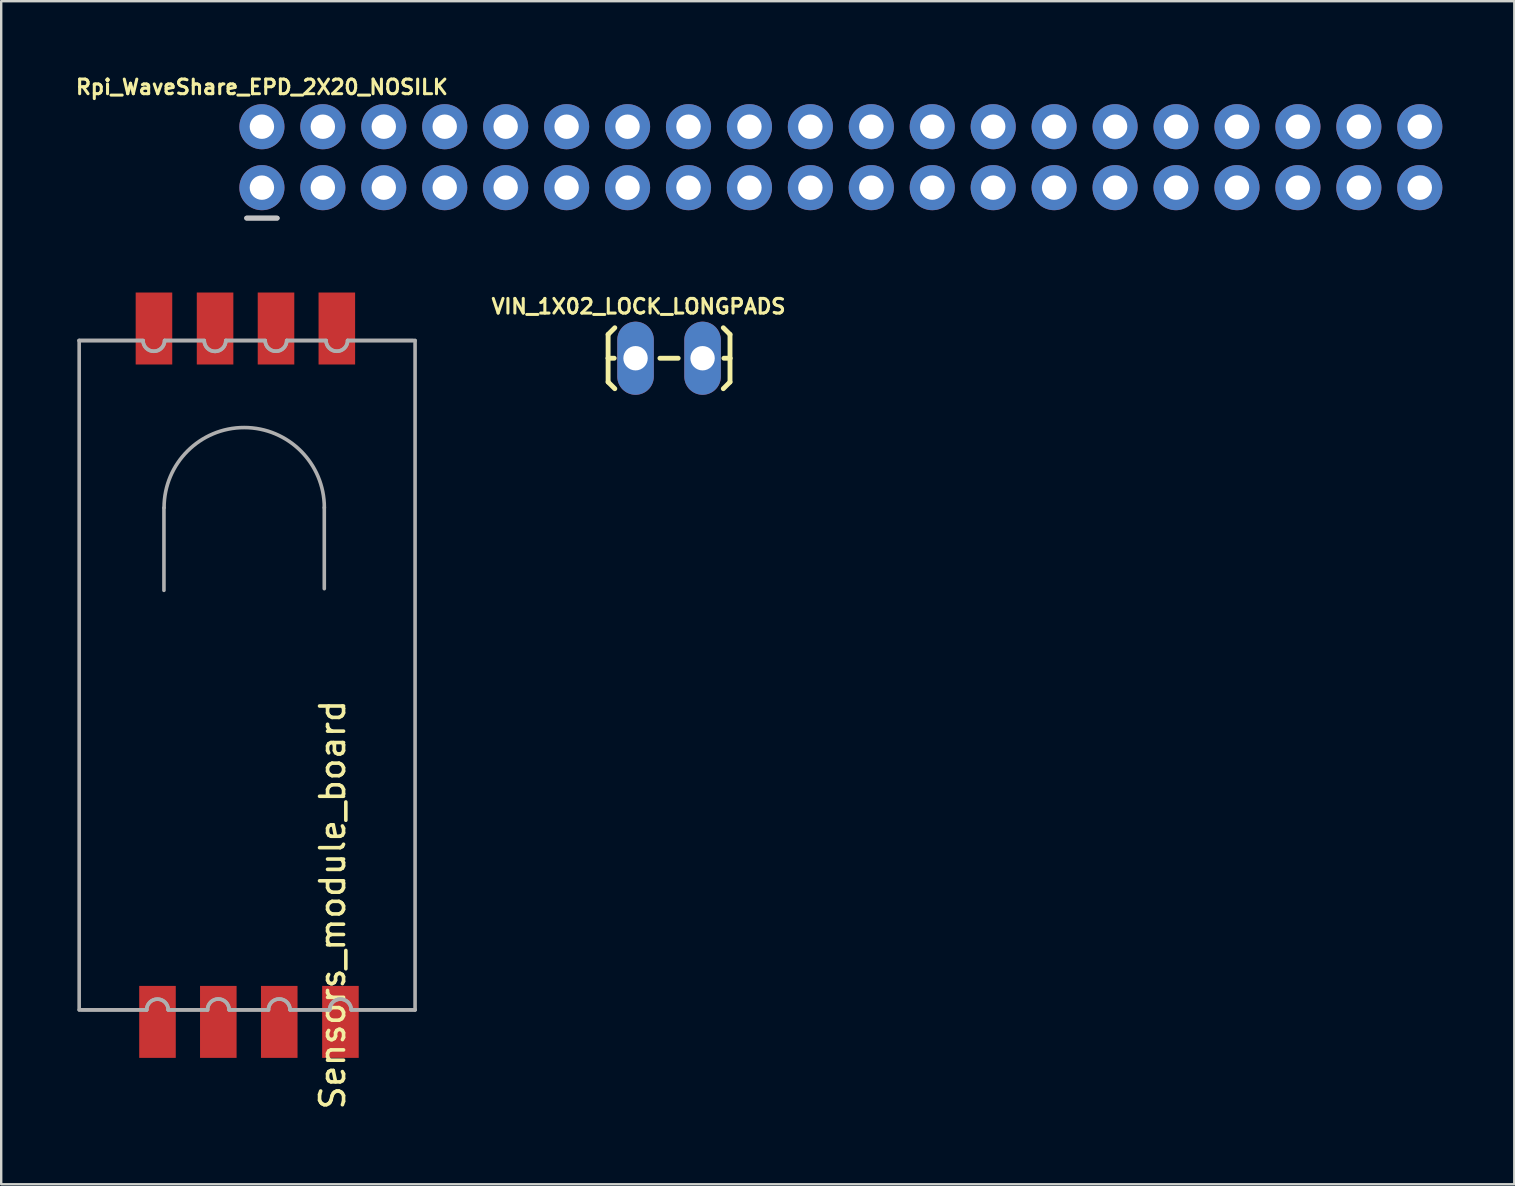
<source format=kicad_pcb>
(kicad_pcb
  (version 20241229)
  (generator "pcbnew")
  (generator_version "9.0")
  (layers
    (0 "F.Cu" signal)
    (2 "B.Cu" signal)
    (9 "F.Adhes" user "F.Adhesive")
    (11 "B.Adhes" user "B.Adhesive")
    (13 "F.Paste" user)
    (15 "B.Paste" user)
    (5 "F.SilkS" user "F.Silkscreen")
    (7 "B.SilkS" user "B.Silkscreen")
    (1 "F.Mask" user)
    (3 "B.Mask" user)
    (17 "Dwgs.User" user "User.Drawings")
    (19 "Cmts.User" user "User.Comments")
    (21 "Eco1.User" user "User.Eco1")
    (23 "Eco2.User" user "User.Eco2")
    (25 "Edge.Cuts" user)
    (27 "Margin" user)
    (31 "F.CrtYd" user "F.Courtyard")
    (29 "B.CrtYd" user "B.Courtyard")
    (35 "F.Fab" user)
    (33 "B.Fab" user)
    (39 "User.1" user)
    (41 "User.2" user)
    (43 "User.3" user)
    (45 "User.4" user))
  (footprint "Sensors_module_board"
    (layer "F.Cu")
    (at 0.25 23.142)
    (property "Reference" "Sensors_module_board" (at 10.564 11.519 90) (layer "F.SilkS") (effects (font (size 1 1) (thickness 0.15))))
    (attr through_hole)
    (fp_line (start 0 -12) (end 0 15.9) (stroke (width 0.15) (type solid)) (layer "F.Fab"))
    (fp_line (start 0 -12) (end 2.659 -12) (stroke (width 0.15) (type solid)) (layer "F.Fab"))
    (fp_line (start 0 -12) (end 2.659 -12) (stroke (width 0.15) (type solid)) (layer "F.Fab"))
    (fp_line (start 2.812 15.899) (end 0.003 15.899) (stroke (width 0.15) (type solid)) (layer "F.Fab"))
    (fp_line (start 2.812 15.899) (end 0.09 15.899) (stroke (width 0.15) (type solid)) (layer "F.Fab"))
    (fp_line (start 3.533 -5.022) (end 3.533 -1.587) (stroke (width 0.15) (type solid)) (layer "F.Fab"))
    (fp_line (start 3.564 -12) (end 5.21 -12) (stroke (width 0.15) (type solid)) (layer "F.Fab"))
    (fp_line (start 3.564 -12) (end 5.21 -12) (stroke (width 0.15) (type solid)) (layer "F.Fab"))
    (fp_line (start 5.349 15.899) (end 3.711 15.899) (stroke (width 0.15) (type solid)) (layer "F.Fab"))
    (fp_line (start 5.349 15.899) (end 3.711 15.899) (stroke (width 0.15) (type solid)) (layer "F.Fab"))
    (fp_line (start 6.114 -12) (end 7.75 -12) (stroke (width 0.15) (type solid)) (layer "F.Fab"))
    (fp_line (start 6.114 -12) (end 7.75 -12) (stroke (width 0.15) (type solid)) (layer "F.Fab"))
    (fp_line (start 7.887 15.899) (end 6.251 15.899) (stroke (width 0.15) (type solid)) (layer "F.Fab"))
    (fp_line (start 7.887 15.899) (end 6.251 15.899) (stroke (width 0.15) (type solid)) (layer "F.Fab"))
    (fp_line (start 8.651 -12) (end 10.29 -12) (stroke (width 0.15) (type solid)) (layer "F.Fab"))
    (fp_line (start 8.651 -12) (end 10.29 -12) (stroke (width 0.15) (type solid)) (layer "F.Fab"))
    (fp_line (start 10.216 -5.037) (end 10.216 -1.656) (stroke (width 0.15) (type solid)) (layer "F.Fab"))
    (fp_line (start 10.437 15.899) (end 8.791 15.899) (stroke (width 0.15) (type solid)) (layer "F.Fab"))
    (fp_line (start 10.437 15.899) (end 8.791 15.899) (stroke (width 0.15) (type solid)) (layer "F.Fab"))
    (fp_line (start 11.189 -12) (end 13.91 -12) (stroke (width 0.15) (type solid)) (layer "F.Fab"))
    (fp_line (start 11.189 -12) (end 13.998 -12) (stroke (width 0.15) (type solid)) (layer "F.Fab"))
    (fp_line (start 14 -12) (end 14 15.9) (stroke (width 0.15) (type solid)) (layer "F.Fab"))
    (fp_line (start 14 15.899) (end 11.341 15.899) (stroke (width 0.15) (type solid)) (layer "F.Fab"))
    (fp_line (start 14 15.899) (end 11.341 15.899) (stroke (width 0.15) (type solid)) (layer "F.Fab"))
    (fp_arc (start 2.81136 15.8989) (mid 3.257826 15.448914) (end 3.711304 15.891832) (stroke (width 0.15) (type solid)) (layer "F.Fab"))
    (fp_arc (start 2.81136 15.8989) (mid 3.257826 15.448914) (end 3.711304 15.891832) (stroke (width 0.15) (type solid)) (layer "F.Fab"))
    (fp_arc (start 3.53822 -5.03174) (mid 6.87832 -8.37184) (end 10.21842 -5.03174) (stroke (width 0.15) (type solid)) (layer "F.Fab"))
    (fp_arc (start 3.5615 -11.99896) (mid 3.115034 -11.548974) (end 2.661556 -11.991892) (stroke (width 0.15) (type solid)) (layer "F.Fab"))
    (fp_arc (start 3.5615 -11.99896) (mid 3.115034 -11.548974) (end 2.661556 -11.991892) (stroke (width 0.15) (type solid)) (layer "F.Fab"))
    (fp_arc (start 5.34924 15.8989) (mid 5.795706 15.448914) (end 6.249184 15.891832) (stroke (width 0.15) (type solid)) (layer "F.Fab"))
    (fp_arc (start 5.34924 15.8989) (mid 5.795706 15.448914) (end 6.249184 15.891832) (stroke (width 0.15) (type solid)) (layer "F.Fab"))
    (fp_arc (start 6.11166 -12) (mid 5.665194 -11.550014) (end 5.211716 -11.992932) (stroke (width 0.15) (type solid)) (layer "F.Fab"))
    (fp_arc (start 6.11166 -12) (mid 5.665194 -11.550014) (end 5.211716 -11.992932) (stroke (width 0.15) (type solid)) (layer "F.Fab"))
    (fp_arc (start 7.88882 15.8989) (mid 8.335286 15.448914) (end 8.788764 15.891832) (stroke (width 0.15) (type solid)) (layer "F.Fab"))
    (fp_arc (start 7.88882 15.8989) (mid 8.335286 15.448914) (end 8.788764 15.891832) (stroke (width 0.15) (type solid)) (layer "F.Fab"))
    (fp_arc (start 8.65124 -12) (mid 8.204774 -11.550014) (end 7.751296 -11.992932) (stroke (width 0.15) (type solid)) (layer "F.Fab"))
    (fp_arc (start 8.65124 -12) (mid 8.204774 -11.550014) (end 7.751296 -11.992932) (stroke (width 0.15) (type solid)) (layer "F.Fab"))
    (fp_arc (start 10.43898 15.89786) (mid 10.885446 15.447874) (end 11.338924 15.890792) (stroke (width 0.15) (type solid)) (layer "F.Fab"))
    (fp_arc (start 10.43898 15.89786) (mid 10.885446 15.447874) (end 11.338924 15.890792) (stroke (width 0.15) (type solid)) (layer "F.Fab"))
    (fp_arc (start 11.18912 -12) (mid 10.742654 -11.550014) (end 10.289176 -11.992932) (stroke (width 0.15) (type solid)) (layer "F.Fab"))
    (fp_arc (start 11.18912 -12) (mid 10.742654 -11.550014) (end 10.289176 -11.992932) (stroke (width 0.15) (type solid)) (layer "F.Fab"))
    (pad "GND" connect rect (at 3.117 -12.5) (size 1.524 3) (layers "F.Cu" "F.Mask"))
    (pad "GND" connect rect (at 5.664 -12.5) (size 1.524 3) (layers "F.Cu" "F.Mask"))
    (pad "GND" connect rect (at 5.799 16.4) (size 1.524 3) (layers "F.Cu" "F.Mask"))
    (pad "GND" connect rect (at 8.204 -12.5) (size 1.524 3) (layers "F.Cu" "F.Mask"))
    (pad "GND" connect rect (at 10.739 -12.5) (size 1.524 3) (layers "F.Cu" "F.Mask"))
    (pad "SCL" connect rect (at 8.339 16.4) (size 1.524 3) (layers "F.Cu" "F.Mask"))
    (pad "SDA" connect rect (at 10.889 16.4) (size 1.524 3) (layers "F.Cu" "F.Mask"))
    (pad "VCC" connect rect (at 3.264 16.4) (size 1.524 3) (layers "F.Cu" "F.Mask")))
  (footprint "VIN_1X02_LOCK_LONGPADS"
    (layer "F.Cu")
    (at 23.566 11.881)
    (property "Reference" "VIN_1X02_LOCK_LONGPADS" (at 0 -2.159 0) (layer "F.SilkS") (effects (font (size 0.61 0.61) (thickness 0.127))))
    (attr exclude_from_pos_files exclude_from_bom)
    (fp_line (start -1.27 -0.991) (end -0.991 -1.27) (stroke (width 0.203) (type solid)) (layer "F.SilkS"))
    (fp_line (start -1.27 0) (end -1.27 -0.991) (stroke (width 0.203) (type solid)) (layer "F.SilkS"))
    (fp_line (start -1.27 0) (end -1.27 0.991) (stroke (width 0.203) (type solid)) (layer "F.SilkS"))
    (fp_line (start -1.27 0) (end -1.016 0) (stroke (width 0.203) (type solid)) (layer "F.SilkS"))
    (fp_line (start -1.27 0.991) (end -0.991 1.27) (stroke (width 0.203) (type solid)) (layer "F.SilkS"))
    (fp_line (start 1.651 0) (end 0.889 0) (stroke (width 0.203) (type solid)) (layer "F.SilkS"))
    (fp_line (start 3.81 -0.991) (end 3.531 -1.27) (stroke (width 0.203) (type solid)) (layer "F.SilkS"))
    (fp_line (start 3.81 0) (end 3.556 0) (stroke (width 0.203) (type solid)) (layer "F.SilkS"))
    (fp_line (start 3.81 0) (end 3.81 -0.991) (stroke (width 0.203) (type solid)) (layer "F.SilkS"))
    (fp_line (start 3.81 0) (end 3.81 0.991) (stroke (width 0.203) (type solid)) (layer "F.SilkS"))
    (fp_line (start 3.81 0.991) (end 3.531 1.27) (stroke (width 0.203) (type solid)) (layer "F.SilkS"))
    (pad "1" thru_hole oval (at -0.127 0 180) (size 1.524 3.048) (drill 1.016) (layers "*.Cu" "*.Mask"))
    (pad "2" thru_hole oval (at 2.667 0 180) (size 1.524 3.048) (drill 1.016) (layers "*.Cu" "*.Mask")))
  (footprint "Rpi_WaveShare_EPD_2X20_NOSILK"
    (layer "F.Cu")
    (at 7.866 4.771)
    (property "Reference" "Rpi_WaveShare_EPD_2X20_NOSILK" (at 0 -4.191 0) (layer "F.SilkS") (effects (font (size 0.61 0.61) (thickness 0.127))))
    (attr exclude_from_pos_files exclude_from_bom)
    (fp_line (start -0.635 1.27) (end 0.635 1.27) (stroke (width 0.203) (type solid)) (layer "Dwgs.User"))
    (fp_line (start 0.635 1.27) (end -0.635 1.27) (stroke (width 0.203) (type solid)) (layer "Dwgs.User"))
    (pad "2" thru_hole circle (at 2.54 0) (size 1.88 1.88) (drill 1.016) (layers "*.Cu" "*.Mask"))
    (pad "3" thru_hole circle (at 5.08 0) (size 1.88 1.88) (drill 1.016) (layers "*.Cu" "*.Mask"))
    (pad "4" thru_hole circle (at 7.62 0) (size 1.88 1.88) (drill 1.016) (layers "*.Cu" "*.Mask"))
    (pad "5" thru_hole circle (at 10.16 0) (size 1.88 1.88) (drill 1.016) (layers "*.Cu" "*.Mask"))
    (pad "7" thru_hole circle (at 15.24 0) (size 1.88 1.88) (drill 1.016) (layers "*.Cu" "*.Mask"))
    (pad "8" thru_hole circle (at 17.78 0) (size 1.88 1.88) (drill 1.016) (layers "*.Cu" "*.Mask"))
    (pad "9" thru_hole circle (at 20.32 0) (size 1.88 1.88) (drill 1.016) (layers "*.Cu" "*.Mask"))
    (pad "11" thru_hole circle (at 25.4 0) (size 1.88 1.88) (drill 1.016) (layers "*.Cu" "*.Mask"))
    (pad "13" thru_hole circle (at 30.48 0) (size 1.88 1.88) (drill 1.016) (layers "*.Cu" "*.Mask"))
    (pad "14" thru_hole circle (at 33.02 0) (size 1.88 1.88) (drill 1.016) (layers "*.Cu" "*.Mask"))
    (pad "15" thru_hole circle (at 35.56 0) (size 1.88 1.88) (drill 1.016) (layers "*.Cu" "*.Mask"))
    (pad "16" thru_hole circle (at 38.1 0) (size 1.88 1.88) (drill 1.016) (layers "*.Cu" "*.Mask"))
    (pad "17" thru_hole circle (at 40.64 0) (size 1.88 1.88) (drill 1.016) (layers "*.Cu" "*.Mask"))
    (pad "18" thru_hole circle (at 43.18 0) (size 1.88 1.88) (drill 1.016) (layers "*.Cu" "*.Mask"))
    (pad "19" thru_hole circle (at 45.72 0) (size 1.88 1.88) (drill 1.016) (layers "*.Cu" "*.Mask"))
    (pad "21" thru_hole circle (at 0 -2.54) (size 1.88 1.88) (drill 1.016) (layers "*.Cu" "*.Mask"))
    (pad "22" thru_hole circle (at 2.54 -2.54) (size 1.88 1.88) (drill 1.016) (layers "*.Cu" "*.Mask"))
    (pad "23" thru_hole circle (at 5.08 -2.54) (size 1.88 1.88) (drill 1.016) (layers "*.Cu" "*.Mask"))
    (pad "24" thru_hole circle (at 7.62 -2.54) (size 1.88 1.88) (drill 1.016) (layers "*.Cu" "*.Mask"))
    (pad "25" thru_hole circle (at 10.16 -2.54) (size 1.88 1.88) (drill 1.016) (layers "*.Cu" "*.Mask"))
    (pad "26" thru_hole circle (at 12.7 -2.54) (size 1.88 1.88) (drill 1.016) (layers "*.Cu" "*.Mask"))
    (pad "27" thru_hole circle (at 15.24 -2.54) (size 1.88 1.88) (drill 1.016) (layers "*.Cu" "*.Mask"))
    (pad "28" thru_hole circle (at 17.78 -2.54) (size 1.88 1.88) (drill 1.016) (layers "*.Cu" "*.Mask"))
    (pad "30" thru_hole circle (at 22.86 -2.54) (size 1.88 1.88) (drill 1.016) (layers "*.Cu" "*.Mask"))
    (pad "33" thru_hole circle (at 30.48 -2.54) (size 1.88 1.88) (drill 1.016) (layers "*.Cu" "*.Mask"))
    (pad "34" thru_hole circle (at 33.02 -2.54) (size 1.88 1.88) (drill 1.016) (layers "*.Cu" "*.Mask"))
    (pad "35" thru_hole circle (at 35.56 -2.54) (size 1.88 1.88) (drill 1.016) (layers "*.Cu" "*.Mask"))
    (pad "36" thru_hole circle (at 38.1 -2.54) (size 1.88 1.88) (drill 1.016) (layers "*.Cu" "*.Mask"))
    (pad "37" thru_hole circle (at 40.64 -2.54) (size 1.88 1.88) (drill 1.016) (layers "*.Cu" "*.Mask"))
    (pad "38" thru_hole circle (at 43.18 -2.54) (size 1.88 1.88) (drill 1.016) (layers "*.Cu" "*.Mask"))
    (pad "39" thru_hole circle (at 45.72 -2.54) (size 1.88 1.88) (drill 1.016) (layers "*.Cu" "*.Mask"))
    (pad "40" thru_hole circle (at 48.26 -2.54) (size 1.88 1.88) (drill 1.016) (layers "*.Cu" "*.Mask"))
    (pad "BUSY" thru_hole circle (at 20.32 -2.54) (size 1.88 1.88) (drill 1.016) (layers "*.Cu" "*.Mask"))
    (pad "CLK" thru_hole circle (at 27.94 0) (size 1.88 1.88) (drill 1.016) (layers "*.Cu" "*.Mask"))
    (pad "CS" thru_hole circle (at 27.94 -2.54) (size 1.88 1.88) (drill 1.016) (layers "*.Cu" "*.Mask"))
    (pad "DC" thru_hole circle (at 25.4 -2.54) (size 1.88 1.88) (drill 1.016) (layers "*.Cu" "*.Mask"))
    (pad "DIN" thru_hole circle (at 22.86 0) (size 1.88 1.88) (drill 1.016) (layers "*.Cu" "*.Mask"))
    (pad "GND" thru_hole circle (at 48.26 0) (size 1.88 1.88) (drill 1.016) (layers "*.Cu" "*.Mask"))
    (pad "RST" thru_hole circle (at 12.7 0) (size 1.88 1.88) (drill 1.016) (layers "*.Cu" "*.Mask"))
    (pad "VCC" thru_hole circle (at 0 0) (size 1.88 1.88) (drill 1.016) (layers "*.Cu" "*.Mask")))
  (gr_rect
    (start -3 -3)
    (end 60.065 46.31)
    (stroke (width 0.1) (type default))
    (fill no)
    (layer "Edge.Cuts")))
</source>
